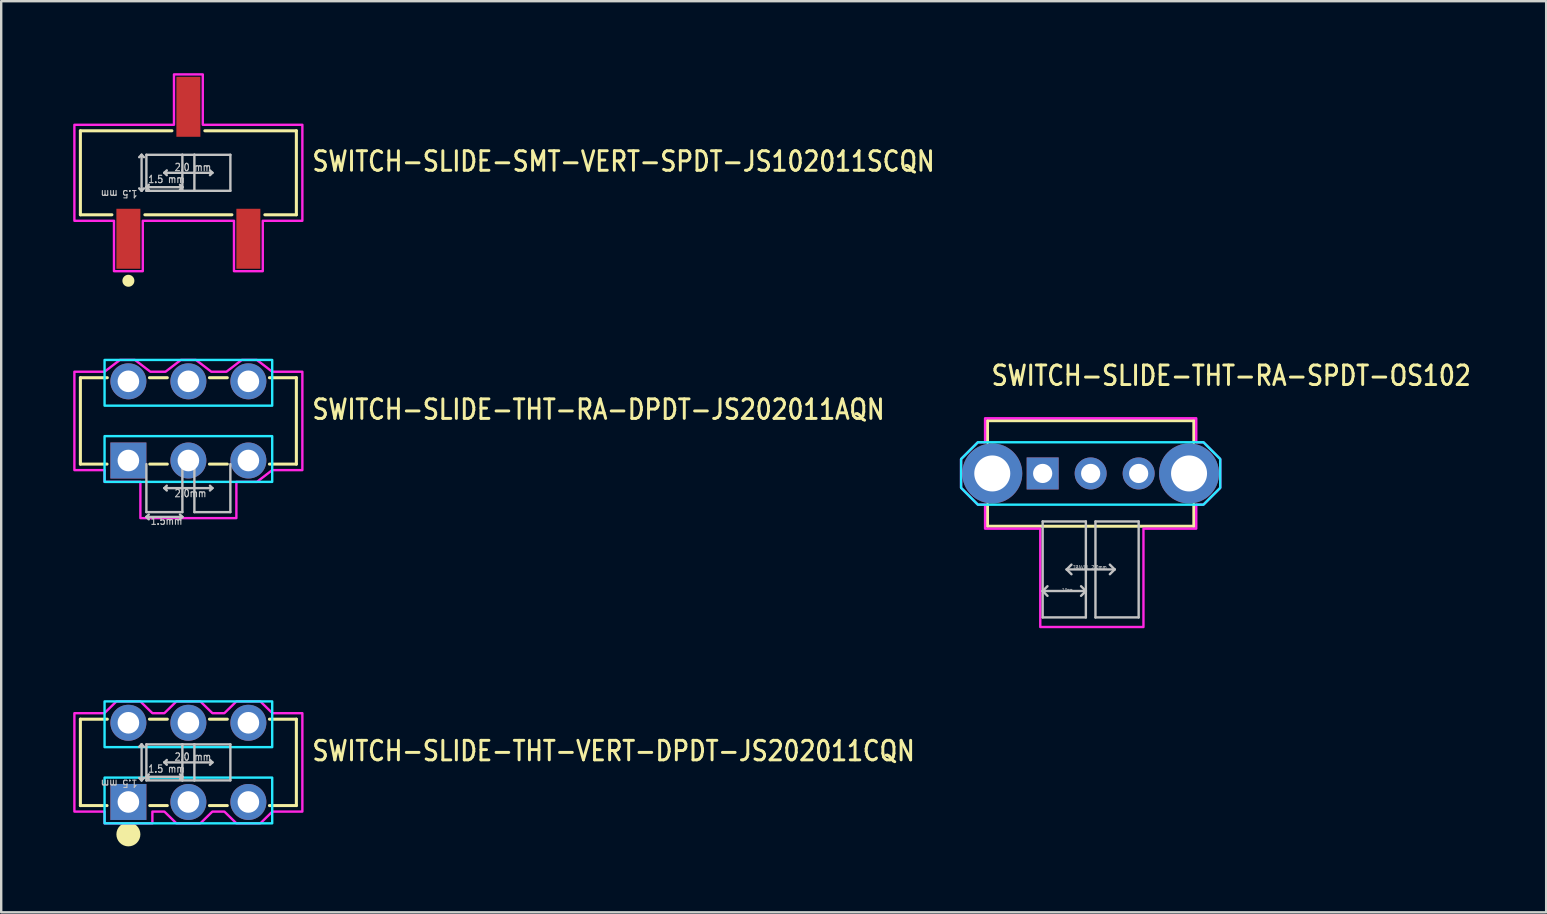
<source format=kicad_pcb>
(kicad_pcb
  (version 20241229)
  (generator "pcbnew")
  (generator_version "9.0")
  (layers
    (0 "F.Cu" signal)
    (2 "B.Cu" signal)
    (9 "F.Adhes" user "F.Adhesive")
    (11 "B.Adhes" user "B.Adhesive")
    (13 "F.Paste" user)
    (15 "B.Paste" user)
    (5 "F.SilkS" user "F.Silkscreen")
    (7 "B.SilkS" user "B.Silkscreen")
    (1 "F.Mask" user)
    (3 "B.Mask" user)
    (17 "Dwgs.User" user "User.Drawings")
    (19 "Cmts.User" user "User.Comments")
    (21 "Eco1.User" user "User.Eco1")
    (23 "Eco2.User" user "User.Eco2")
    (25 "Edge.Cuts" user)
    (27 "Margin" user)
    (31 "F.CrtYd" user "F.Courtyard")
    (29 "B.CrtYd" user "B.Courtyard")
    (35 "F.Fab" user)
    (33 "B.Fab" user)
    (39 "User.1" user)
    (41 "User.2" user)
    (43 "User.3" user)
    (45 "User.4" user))
  (footprint "SWITCH-SLIDE-THT-RA-SPDT-OS102"
    (layer "F.Cu")
    (at 42.399 16.679)
    (property "Reference" "SWITCH-SLIDE-THT-RA-SPDT-OS102" (at -4.2 -3.6 0) (unlocked yes) (layer "F.SilkS") (effects (font (size 0.813 0.695) (thickness 0.122)) (justify left bottom)))
    (fp_line (start -4.3 -2.2) (end 4.3 -2.2) (stroke (width 0.127) (type solid)) (layer "F.SilkS"))
    (fp_line (start -4.3 -1.296) (end -4.3 -2.2) (stroke (width 0.127) (type solid)) (layer "F.SilkS"))
    (fp_line (start -4.3 2.2) (end -4.3 1.296) (stroke (width 0.127) (type solid)) (layer "F.SilkS"))
    (fp_line (start 4.3 -2.2) (end 4.3 -1.296) (stroke (width 0.127) (type solid)) (layer "F.SilkS"))
    (fp_line (start 4.3 1.296) (end 4.3 2.2) (stroke (width 0.127) (type solid)) (layer "F.SilkS"))
    (fp_line (start 4.3 2.2) (end -4.3 2.2) (stroke (width 0.127) (type solid)) (layer "F.SilkS"))
    (fp_line (start -2 2) (end -0.2 2) (stroke (width 0.1) (type solid)) (layer "Dwgs.User"))
    (fp_line (start -2 4.9) (end -2 2) (stroke (width 0.1) (type solid)) (layer "Dwgs.User"))
    (fp_line (start -2 4.9) (end -1.8 5.1) (stroke (width 0.1) (type solid)) (layer "Dwgs.User"))
    (fp_line (start -2 4.9) (end -0.2 4.9) (stroke (width 0.1) (type solid)) (layer "Dwgs.User"))
    (fp_line (start -2 6) (end -2 4.9) (stroke (width 0.1) (type solid)) (layer "Dwgs.User"))
    (fp_line (start -1.8 4.7) (end -2 4.9) (stroke (width 0.1) (type solid)) (layer "Dwgs.User"))
    (fp_line (start -1 4) (end -0.8 3.8) (stroke (width 0.1) (type solid)) (layer "Dwgs.User"))
    (fp_line (start -1 4) (end -0.8 4.2) (stroke (width 0.1) (type solid)) (layer "Dwgs.User"))
    (fp_line (start -1 4) (end 1 4) (stroke (width 0.1) (type solid)) (layer "Dwgs.User"))
    (fp_line (start -0.2 4.9) (end -0.4 4.7) (stroke (width 0.1) (type solid)) (layer "Dwgs.User"))
    (fp_line (start -0.2 4.9) (end -0.4 5.1) (stroke (width 0.1) (type solid)) (layer "Dwgs.User"))
    (fp_line (start -0.2 4.9) (end -0.2 2) (stroke (width 0.1) (type solid)) (layer "Dwgs.User"))
    (fp_line (start -0.2 6) (end -2 6) (stroke (width 0.1) (type solid)) (layer "Dwgs.User"))
    (fp_line (start -0.2 6) (end -0.2 4.9) (stroke (width 0.1) (type solid)) (layer "Dwgs.User"))
    (fp_line (start 0.2 2) (end 0.2 6) (stroke (width 0.1) (type solid)) (layer "Dwgs.User"))
    (fp_line (start 0.2 6) (end 2 6) (stroke (width 0.1) (type solid)) (layer "Dwgs.User"))
    (fp_line (start 1 4) (end 0.8 3.8) (stroke (width 0.1) (type solid)) (layer "Dwgs.User"))
    (fp_line (start 1 4) (end 0.8 4.2) (stroke (width 0.1) (type solid)) (layer "Dwgs.User"))
    (fp_line (start 2 2) (end 0.2 2) (stroke (width 0.1) (type solid)) (layer "Dwgs.User"))
    (fp_line (start 2 2) (end 2 6) (stroke (width 0.1) (type solid)) (layer "Dwgs.User"))
    (fp_poly (pts (xy -5.4 -0.6) (xy -5.4 0.6) (xy -4.7 1.3) (xy 4.7 1.3) (xy 5.4 0.6) (xy 5.4 -0.6) (xy 4.7 -1.3) (xy -4.7 -1.3)) (stroke (width 0.1) (type solid)) (fill no) (layer "B.CrtYd"))
    (fp_poly (pts (xy -4.4 2.3) (xy -4.4 1.3) (xy -4.7 1.3) (xy -5.4 0.6) (xy -5.4 -0.6) (xy -4.7 -1.3) (xy -4.4 -1.3) (xy -4.4 -2.3) (xy 4.4 -2.3) (xy 4.4 -1.3) (xy 4.7 -1.3) (xy 5.4 -0.6) (xy 5.4 0.6) (xy 4.7 1.3) (xy 4.4 1.3) (xy 4.4 2.3) (xy 2.2 2.3) (xy 2.2 6.4) (xy -2.1 6.4) (xy -2.1 2.3)) (stroke (width 0.1) (type solid)) (fill no) (layer "F.CrtYd"))
    (fp_text user "TRAVEL 2.0mm" (at -0.75 4 0) (unlocked yes) (layer "Dwgs.User") (effects (font (size 0.15 0.128) (thickness 0.022)) (justify left bottom)))
    (fp_text user "2.0mm" (at -1.2 4.9 0) (unlocked yes) (layer "Dwgs.User") (effects (font (size 0.1 0.086) (thickness 0.015)) (justify left bottom)))
    (pad "1" thru_hole rect (at -2 0) (size 1.333 1.333) (drill 0.8) (layers "*.Cu" "*.Mask"))
    (pad "2" thru_hole oval (at 0 0) (size 1.333 1.333) (drill 0.8) (layers "*.Cu" "*.Mask"))
    (pad "3" thru_hole oval (at 2 0) (size 1.333 1.333) (drill 0.8) (layers "*.Cu" "*.Mask"))
    (pad "4" thru_hole oval (at 4.1 0) (size 2.5 2.5) (drill 1.5) (layers "*.Cu" "*.Mask"))
    (pad "5" thru_hole oval (at -4.1 0) (size 2.5 2.5) (drill 1.5) (layers "*.Cu" "*.Mask")))
  (footprint "SWITCH-SLIDE-THT-RA-DPDT-JS202011AQN"
    (layer "F.Cu")
    (at 4.8 14.49)
    (property "Reference" "SWITCH-SLIDE-THT-RA-DPDT-JS202011AQN" (at 5.096 0 0) (unlocked yes) (layer "F.SilkS") (effects (font (size 0.813 0.695) (thickness 0.122)) (justify left bottom)))
    (fp_line (start -4.5 -1.8) (end -4.5 1.8) (stroke (width 0.127) (type solid)) (layer "F.SilkS"))
    (fp_line (start -4.5 1.8) (end -3.39 1.8) (stroke (width 0.127) (type solid)) (layer "F.SilkS"))
    (fp_line (start -3.378 -1.8) (end -4.5 -1.8) (stroke (width 0.127) (type solid)) (layer "F.SilkS"))
    (fp_line (start -1.609 1.8) (end -0.878 1.8) (stroke (width 0.127) (type solid)) (layer "F.SilkS"))
    (fp_line (start -0.878 -1.8) (end -1.622 -1.8) (stroke (width 0.127) (type solid)) (layer "F.SilkS"))
    (fp_line (start 1.622 -1.8) (end 0.878 -1.8) (stroke (width 0.127) (type solid)) (layer "F.SilkS"))
    (fp_line (start 1.622 1.8) (end 0.878 1.8) (stroke (width 0.127) (type solid)) (layer "F.SilkS"))
    (fp_line (start 3.378 -1.8) (end 4.5 -1.8) (stroke (width 0.127) (type solid)) (layer "F.SilkS"))
    (fp_line (start 4.5 -1.8) (end 4.5 1.8) (stroke (width 0.127) (type solid)) (layer "F.SilkS"))
    (fp_line (start 4.5 1.8) (end 3.378 1.8) (stroke (width 0.127) (type solid)) (layer "F.SilkS"))
    (fp_line (start -1.75 3.8) (end -1.75 1.8) (stroke (width 0.1) (type solid)) (layer "Dwgs.User"))
    (fp_line (start -1.75 4) (end -1.65 3.9) (stroke (width 0.1) (type solid)) (layer "Dwgs.User"))
    (fp_line (start -1.75 4) (end -1.65 4.1) (stroke (width 0.1) (type solid)) (layer "Dwgs.User"))
    (fp_line (start -1.75 4) (end -0.25 4) (stroke (width 0.1) (type solid)) (layer "Dwgs.User"))
    (fp_line (start -1 2.8) (end -0.9 2.7) (stroke (width 0.1) (type solid)) (layer "Dwgs.User"))
    (fp_line (start -1 2.8) (end -0.9 2.9) (stroke (width 0.1) (type solid)) (layer "Dwgs.User"))
    (fp_line (start -1 2.8) (end 1 2.8) (stroke (width 0.1) (type solid)) (layer "Dwgs.User"))
    (fp_line (start -0.25 1.8) (end -0.25 3.8) (stroke (width 0.1) (type solid)) (layer "Dwgs.User"))
    (fp_line (start -0.25 3.8) (end -1.75 3.8) (stroke (width 0.1) (type solid)) (layer "Dwgs.User"))
    (fp_line (start -0.25 4) (end -0.35 3.9) (stroke (width 0.1) (type solid)) (layer "Dwgs.User"))
    (fp_line (start -0.25 4) (end -0.35 4.1) (stroke (width 0.1) (type solid)) (layer "Dwgs.User"))
    (fp_line (start 0.25 3.8) (end 0.25 1.8) (stroke (width 0.1) (type solid)) (layer "Dwgs.User"))
    (fp_line (start 1 2.8) (end 0.9 2.7) (stroke (width 0.1) (type solid)) (layer "Dwgs.User"))
    (fp_line (start 1 2.8) (end 0.9 2.9) (stroke (width 0.1) (type solid)) (layer "Dwgs.User"))
    (fp_line (start 1.75 1.8) (end 1.75 3.8) (stroke (width 0.1) (type solid)) (layer "Dwgs.User"))
    (fp_line (start 1.75 3.8) (end 0.25 3.8) (stroke (width 0.1) (type solid)) (layer "Dwgs.User"))
    (fp_poly (pts (xy -3.493 -2.54) (xy 3.493 -2.54) (xy 3.493 -0.635) (xy -3.493 -0.635)) (stroke (width 0.1) (type solid)) (fill no) (layer "B.CrtYd"))
    (fp_poly (pts (xy -3.493 0.635) (xy 3.493 0.635) (xy 3.493 2.54) (xy -3.493 2.54)) (stroke (width 0.1) (type solid)) (fill no) (layer "B.CrtYd"))
    (fp_poly (pts (xy -4.75 -2.05) (xy -3.493 -2.05) (xy -2.857 -2.54) (xy -2.223 -2.54) (xy -1.587 -2.05) (xy -0.953 -2.05) (xy -0.318 -2.54) (xy 0.318 -2.54) (xy 0.953 -2.05) (xy 1.587 -2.05) (xy 2.223 -2.54) (xy 2.857 -2.54) (xy 3.493 -2.05) (xy 4.75 -2.05) (xy 4.75 2.05) (xy 3.493 2.05) (xy 2.857 2.54) (xy 2 2.54) (xy 2 4.05) (xy -2 4.05) (xy -2 2.54) (xy -3.493 2.54) (xy -3.493 2.05) (xy -4.75 2.05)) (stroke (width 0.1) (type solid)) (fill no) (layer "F.CrtYd"))
    (fp_text user "1.5mm" (at -1.6 4.35 0) (unlocked yes) (layer "Dwgs.User") (effects (font (size 0.305 0.261) (thickness 0.046)) (justify left bottom)))
    (fp_text user "2.0mm" (at -0.6 3.2 0) (unlocked yes) (layer "Dwgs.User") (effects (font (size 0.305 0.261) (thickness 0.046)) (justify left bottom)))
    (pad "1" thru_hole rect (at -2.5 1.65) (size 1.5 1.5) (drill 0.9) (layers "*.Cu" "*.Mask"))
    (pad "2" thru_hole oval (at 0 1.65) (size 1.5 1.5) (drill 0.9) (layers "*.Cu" "*.Mask"))
    (pad "3" thru_hole oval (at 2.5 1.65) (size 1.5 1.5) (drill 0.9) (layers "*.Cu" "*.Mask"))
    (pad "4" thru_hole oval (at -2.5 -1.65) (size 1.5 1.5) (drill 0.9) (layers "*.Cu" "*.Mask"))
    (pad "5" thru_hole oval (at 0 -1.65) (size 1.5 1.5) (drill 0.9) (layers "*.Cu" "*.Mask"))
    (pad "6" thru_hole oval (at 2.5 -1.65) (size 1.5 1.5) (drill 0.9) (layers "*.Cu" "*.Mask")))
  (footprint "SWITCH-SLIDE-THT-VERT-DPDT-JS202011CQN"
    (layer "F.Cu")
    (at 4.8 28.719)
    (property "Reference" "SWITCH-SLIDE-THT-VERT-DPDT-JS202011CQN" (at 5.096 0 0) (unlocked yes) (layer "F.SilkS") (effects (font (size 0.813 0.695) (thickness 0.122)) (justify left bottom)))
    (fp_line (start -4.5 -1.8) (end -4.5 1.8) (stroke (width 0.127) (type solid)) (layer "F.SilkS"))
    (fp_line (start -4.5 1.8) (end -3.39 1.8) (stroke (width 0.127) (type solid)) (layer "F.SilkS"))
    (fp_line (start -3.378 -1.8) (end -4.5 -1.8) (stroke (width 0.127) (type solid)) (layer "F.SilkS"))
    (fp_line (start -1.609 1.8) (end -0.878 1.8) (stroke (width 0.127) (type solid)) (layer "F.SilkS"))
    (fp_line (start -0.878 -1.8) (end -1.622 -1.8) (stroke (width 0.127) (type solid)) (layer "F.SilkS"))
    (fp_line (start 1.622 -1.8) (end 0.878 -1.8) (stroke (width 0.127) (type solid)) (layer "F.SilkS"))
    (fp_line (start 1.622 1.8) (end 0.878 1.8) (stroke (width 0.127) (type solid)) (layer "F.SilkS"))
    (fp_line (start 3.378 -1.8) (end 4.5 -1.8) (stroke (width 0.127) (type solid)) (layer "F.SilkS"))
    (fp_line (start 4.5 -1.8) (end 4.5 1.8) (stroke (width 0.127) (type solid)) (layer "F.SilkS"))
    (fp_line (start 4.5 1.8) (end 3.378 1.8) (stroke (width 0.127) (type solid)) (layer "F.SilkS"))
    (fp_circle (center -2.5 3) (end -2.5 3) (stroke (width 0.5) (type solid)) (fill no) (layer "F.SilkS"))
    (fp_line (start -1.95 -0.75) (end -2.05 -0.65) (stroke (width 0.1) (type solid)) (layer "Dwgs.User"))
    (fp_line (start -1.95 -0.75) (end -1.95 0.75) (stroke (width 0.1) (type solid)) (layer "Dwgs.User"))
    (fp_line (start -1.95 0.75) (end -2.05 0.65) (stroke (width 0.1) (type solid)) (layer "Dwgs.User"))
    (fp_line (start -1.95 0.75) (end -1.85 0.65) (stroke (width 0.1) (type solid)) (layer "Dwgs.User"))
    (fp_line (start -1.85 -0.65) (end -1.95 -0.75) (stroke (width 0.1) (type solid)) (layer "Dwgs.User"))
    (fp_line (start -1.75 -0.75) (end -0.25 -0.75) (stroke (width 0.1) (type solid)) (layer "Dwgs.User"))
    (fp_line (start -1.75 0.6) (end -1.75 -0.75) (stroke (width 0.1) (type solid)) (layer "Dwgs.User"))
    (fp_line (start -1.75 0.6) (end -1.65 0.5) (stroke (width 0.1) (type solid)) (layer "Dwgs.User"))
    (fp_line (start -1.75 0.6) (end -1.65 0.7) (stroke (width 0.1) (type solid)) (layer "Dwgs.User"))
    (fp_line (start -1.75 0.6) (end -0.25 0.6) (stroke (width 0.1) (type solid)) (layer "Dwgs.User"))
    (fp_line (start -1.75 0.75) (end -1.75 0.6) (stroke (width 0.1) (type solid)) (layer "Dwgs.User"))
    (fp_line (start -1 0) (end -0.9 -0.1) (stroke (width 0.1) (type solid)) (layer "Dwgs.User"))
    (fp_line (start -1 0) (end -0.9 0.1) (stroke (width 0.1) (type solid)) (layer "Dwgs.User"))
    (fp_line (start -0.25 -0.75) (end -0.25 0.6) (stroke (width 0.1) (type solid)) (layer "Dwgs.User"))
    (fp_line (start -0.25 -0.75) (end 0.25 -0.75) (stroke (width 0.1) (type solid)) (layer "Dwgs.User"))
    (fp_line (start -0.25 0.6) (end -0.35 0.5) (stroke (width 0.1) (type solid)) (layer "Dwgs.User"))
    (fp_line (start -0.25 0.6) (end -0.35 0.7) (stroke (width 0.1) (type solid)) (layer "Dwgs.User"))
    (fp_line (start -0.25 0.6) (end -0.25 0.75) (stroke (width 0.1) (type solid)) (layer "Dwgs.User"))
    (fp_line (start -0.25 0.75) (end -1.75 0.75) (stroke (width 0.1) (type solid)) (layer "Dwgs.User"))
    (fp_line (start 0.25 -0.75) (end 0.25 0.75) (stroke (width 0.1) (type solid)) (layer "Dwgs.User"))
    (fp_line (start 0.25 -0.75) (end 1.75 -0.75) (stroke (width 0.1) (type solid)) (layer "Dwgs.User"))
    (fp_line (start 0.25 0.75) (end -0.25 0.75) (stroke (width 0.1) (type solid)) (layer "Dwgs.User"))
    (fp_line (start 1 0) (end -1 0) (stroke (width 0.1) (type solid)) (layer "Dwgs.User"))
    (fp_line (start 1 0) (end 0.9 -0.1) (stroke (width 0.1) (type solid)) (layer "Dwgs.User"))
    (fp_line (start 1 0) (end 0.9 0.1) (stroke (width 0.1) (type solid)) (layer "Dwgs.User"))
    (fp_line (start 1.75 -0.75) (end 1.75 0.75) (stroke (width 0.1) (type solid)) (layer "Dwgs.User"))
    (fp_line (start 1.75 0.75) (end 0.25 0.75) (stroke (width 0.1) (type solid)) (layer "Dwgs.User"))
    (fp_poly (pts (xy -3.493 -2.54) (xy 3.493 -2.54) (xy 3.493 -0.635) (xy -3.493 -0.635)) (stroke (width 0.1) (type solid)) (fill no) (layer "B.CrtYd"))
    (fp_poly (pts (xy -3.493 0.635) (xy 3.493 0.635) (xy 3.493 2.54) (xy -3.493 2.54)) (stroke (width 0.1) (type solid)) (fill no) (layer "B.CrtYd"))
    (fp_poly (pts (xy -4.75 -2.05) (xy -3.5 -2.05) (xy -3 -2.54) (xy -2 -2.54) (xy -1.5 -2.05) (xy -1 -2.05) (xy -0.5 -2.54) (xy 0.5 -2.54) (xy 1 -2.05) (xy 1.5 -2.05) (xy 2 -2.54) (xy 3 -2.54) (xy 3.5 -2.05) (xy 4.75 -2.05) (xy 4.75 2.05) (xy 3.5 2.05) (xy 3 2.54) (xy 2 2.54) (xy 1.5 2.05) (xy 1 2.05) (xy 0.5 2.54) (xy -0.5 2.54) (xy -1 2.05) (xy -1.5 2.05) (xy -1.5 2.54) (xy -3.493 2.54) (xy -3.493 2.05) (xy -4.75 2.05)) (stroke (width 0.1) (type solid)) (fill no) (layer "F.CrtYd"))
    (fp_text user "1.5 mm" (at -2.1 0.7 180) (unlocked yes) (layer "Dwgs.User") (effects (font (size 0.305 0.261) (thickness 0.046)) (justify left bottom)))
    (fp_text user "1.5 mm" (at -1.7 0.45 0) (unlocked yes) (layer "Dwgs.User") (effects (font (size 0.305 0.261) (thickness 0.046)) (justify left bottom)))
    (fp_text user "2.0 mm" (at -0.6 -0.05 0) (unlocked yes) (layer "Dwgs.User") (effects (font (size 0.305 0.261) (thickness 0.046)) (justify left bottom)))
    (pad "1" thru_hole rect (at -2.5 1.65) (size 1.5 1.5) (drill 0.9) (layers "*.Cu" "*.Mask"))
    (pad "2" thru_hole oval (at 0 1.65) (size 1.5 1.5) (drill 0.9) (layers "*.Cu" "*.Mask"))
    (pad "3" thru_hole oval (at 2.5 1.65) (size 1.5 1.5) (drill 0.9) (layers "*.Cu" "*.Mask"))
    (pad "4" thru_hole oval (at -2.5 -1.65) (size 1.5 1.5) (drill 0.9) (layers "*.Cu" "*.Mask"))
    (pad "5" thru_hole oval (at 0 -1.65) (size 1.5 1.5) (drill 0.9) (layers "*.Cu" "*.Mask"))
    (pad "6" thru_hole oval (at 2.5 -1.65) (size 1.5 1.5) (drill 0.9) (layers "*.Cu" "*.Mask")))
  (footprint "SWITCH-SLIDE-SMT-VERT-SPDT-JS102011SCQN"
    (layer "F.Cu")
    (at 4.8 4.15)
    (property "Reference" "SWITCH-SLIDE-SMT-VERT-SPDT-JS102011SCQN" (at 5.096 0 0) (unlocked yes) (layer "F.SilkS") (effects (font (size 0.813 0.695) (thickness 0.122)) (justify left bottom)))
    (fp_line (start -4.5 -1.75) (end -4.5 1.75) (stroke (width 0.127) (type solid)) (layer "F.SilkS"))
    (fp_line (start -4.5 1.75) (end -3.187 1.75) (stroke (width 0.127) (type solid)) (layer "F.SilkS"))
    (fp_line (start -1.813 1.75) (end 1.813 1.75) (stroke (width 0.127) (type solid)) (layer "F.SilkS"))
    (fp_line (start -0.686 -1.75) (end -4.5 -1.75) (stroke (width 0.127) (type solid)) (layer "F.SilkS"))
    (fp_line (start 0.686 -1.75) (end 4.5 -1.75) (stroke (width 0.127) (type solid)) (layer "F.SilkS"))
    (fp_line (start 4.5 -1.75) (end 4.5 1.75) (stroke (width 0.127) (type solid)) (layer "F.SilkS"))
    (fp_line (start 4.5 1.75) (end 3.187 1.75) (stroke (width 0.127) (type solid)) (layer "F.SilkS"))
    (fp_circle (center -2.5 4.5) (end -2.25 4.5) (stroke (width 0) (type solid)) (fill yes) (layer "F.SilkS"))
    (fp_line (start -1.95 -0.75) (end -2.05 -0.65) (stroke (width 0.1) (type solid)) (layer "Dwgs.User"))
    (fp_line (start -1.95 -0.75) (end -1.95 0.75) (stroke (width 0.1) (type solid)) (layer "Dwgs.User"))
    (fp_line (start -1.95 0.75) (end -2.05 0.65) (stroke (width 0.1) (type solid)) (layer "Dwgs.User"))
    (fp_line (start -1.95 0.75) (end -1.85 0.65) (stroke (width 0.1) (type solid)) (layer "Dwgs.User"))
    (fp_line (start -1.85 -0.65) (end -1.95 -0.75) (stroke (width 0.1) (type solid)) (layer "Dwgs.User"))
    (fp_line (start -1.75 -0.75) (end -0.25 -0.75) (stroke (width 0.1) (type solid)) (layer "Dwgs.User"))
    (fp_line (start -1.75 0.6) (end -1.75 -0.75) (stroke (width 0.1) (type solid)) (layer "Dwgs.User"))
    (fp_line (start -1.75 0.6) (end -1.65 0.5) (stroke (width 0.1) (type solid)) (layer "Dwgs.User"))
    (fp_line (start -1.75 0.6) (end -1.65 0.7) (stroke (width 0.1) (type solid)) (layer "Dwgs.User"))
    (fp_line (start -1.75 0.6) (end -0.25 0.6) (stroke (width 0.1) (type solid)) (layer "Dwgs.User"))
    (fp_line (start -1.75 0.75) (end -1.75 0.6) (stroke (width 0.1) (type solid)) (layer "Dwgs.User"))
    (fp_line (start -1 0) (end -0.9 -0.1) (stroke (width 0.1) (type solid)) (layer "Dwgs.User"))
    (fp_line (start -1 0) (end -0.9 0.1) (stroke (width 0.1) (type solid)) (layer "Dwgs.User"))
    (fp_line (start -0.25 -0.75) (end -0.25 0.6) (stroke (width 0.1) (type solid)) (layer "Dwgs.User"))
    (fp_line (start -0.25 -0.75) (end 0.25 -0.75) (stroke (width 0.1) (type solid)) (layer "Dwgs.User"))
    (fp_line (start -0.25 0.6) (end -0.35 0.5) (stroke (width 0.1) (type solid)) (layer "Dwgs.User"))
    (fp_line (start -0.25 0.6) (end -0.35 0.7) (stroke (width 0.1) (type solid)) (layer "Dwgs.User"))
    (fp_line (start -0.25 0.6) (end -0.25 0.75) (stroke (width 0.1) (type solid)) (layer "Dwgs.User"))
    (fp_line (start -0.25 0.75) (end -1.75 0.75) (stroke (width 0.1) (type solid)) (layer "Dwgs.User"))
    (fp_line (start 0.25 -0.75) (end 0.25 0.75) (stroke (width 0.1) (type solid)) (layer "Dwgs.User"))
    (fp_line (start 0.25 -0.75) (end 1.75 -0.75) (stroke (width 0.1) (type solid)) (layer "Dwgs.User"))
    (fp_line (start 0.25 0.75) (end -0.25 0.75) (stroke (width 0.1) (type solid)) (layer "Dwgs.User"))
    (fp_line (start 1 0) (end -1 0) (stroke (width 0.1) (type solid)) (layer "Dwgs.User"))
    (fp_line (start 1 0) (end 0.9 -0.1) (stroke (width 0.1) (type solid)) (layer "Dwgs.User"))
    (fp_line (start 1 0) (end 0.9 0.1) (stroke (width 0.1) (type solid)) (layer "Dwgs.User"))
    (fp_line (start 1.75 -0.75) (end 1.75 0.75) (stroke (width 0.1) (type solid)) (layer "Dwgs.User"))
    (fp_line (start 1.75 0.75) (end 0.25 0.75) (stroke (width 0.1) (type solid)) (layer "Dwgs.User"))
    (fp_poly (pts (xy -4.75 -2) (xy -0.6 -2) (xy -0.6 -4.1) (xy 0.6 -4.1) (xy 0.6 -2) (xy 4.75 -2) (xy 4.75 2) (xy 3.1 2) (xy 3.1 4.1) (xy 1.9 4.1) (xy 1.9 2) (xy -1.9 2) (xy -1.9 4.1) (xy -3.1 4.1) (xy -3.1 2) (xy -4.75 2)) (stroke (width 0.1) (type solid)) (fill no) (layer "F.CrtYd"))
    (fp_text user "1.5 mm" (at -1.7 0.45 0) (unlocked yes) (layer "Dwgs.User") (effects (font (size 0.305 0.261) (thickness 0.046)) (justify left bottom)))
    (fp_text user "1.5 mm" (at -2.1 0.7 180) (unlocked yes) (layer "Dwgs.User") (effects (font (size 0.305 0.261) (thickness 0.046)) (justify left bottom)))
    (fp_text user "2.0 mm" (at -0.6 -0.05 0) (unlocked yes) (layer "Dwgs.User") (effects (font (size 0.305 0.261) (thickness 0.046)) (justify left bottom)))
    (pad "1" smd rect (at -2.5 2.75) (size 1 2.5) (layers "F.Cu" "F.Mask" "F.Paste"))
    (pad "2" smd rect (at 0 -2.75) (size 1 2.5) (layers "F.Cu" "F.Mask" "F.Paste"))
    (pad "3" smd rect (at 2.5 2.75) (size 1 2.5) (layers "F.Cu" "F.Mask" "F.Paste")))
  (gr_rect
    (start -3 -3)
    (end 61.381 34.969)
    (stroke (width 0.1) (type default))
    (fill no)
    (layer "Edge.Cuts")))
</source>
